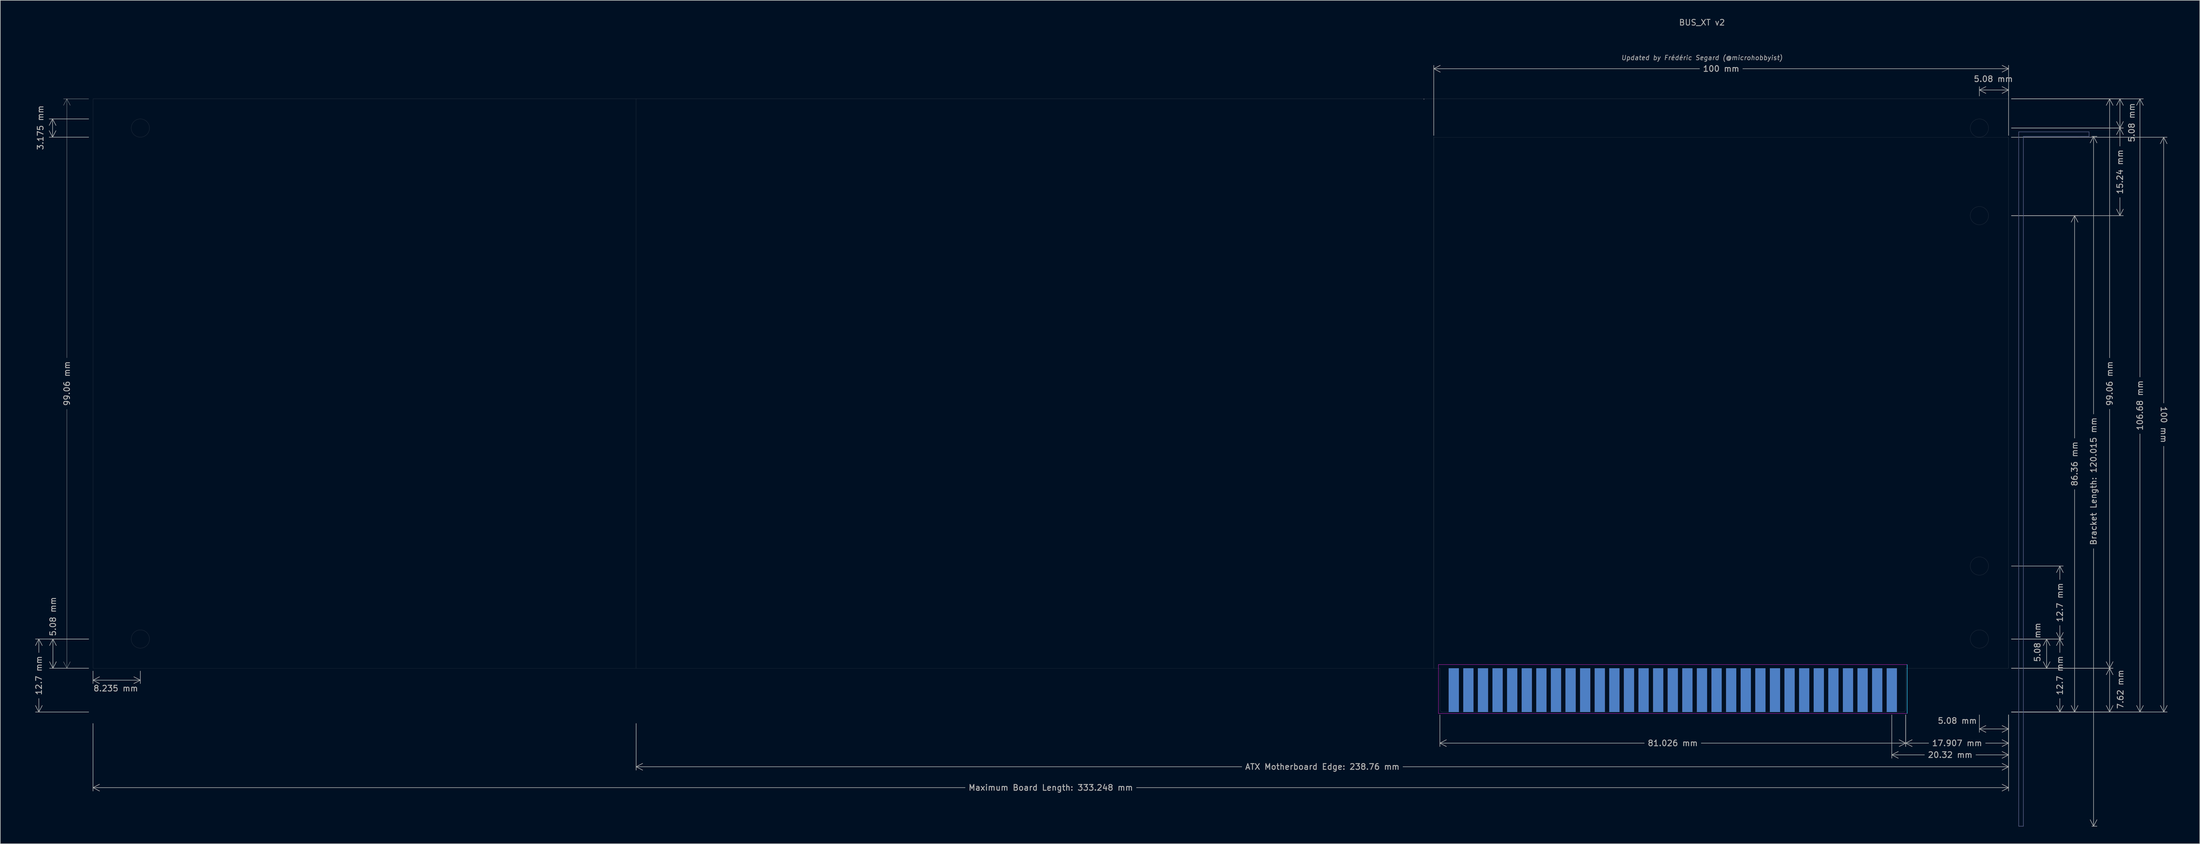
<source format=kicad_pcb>
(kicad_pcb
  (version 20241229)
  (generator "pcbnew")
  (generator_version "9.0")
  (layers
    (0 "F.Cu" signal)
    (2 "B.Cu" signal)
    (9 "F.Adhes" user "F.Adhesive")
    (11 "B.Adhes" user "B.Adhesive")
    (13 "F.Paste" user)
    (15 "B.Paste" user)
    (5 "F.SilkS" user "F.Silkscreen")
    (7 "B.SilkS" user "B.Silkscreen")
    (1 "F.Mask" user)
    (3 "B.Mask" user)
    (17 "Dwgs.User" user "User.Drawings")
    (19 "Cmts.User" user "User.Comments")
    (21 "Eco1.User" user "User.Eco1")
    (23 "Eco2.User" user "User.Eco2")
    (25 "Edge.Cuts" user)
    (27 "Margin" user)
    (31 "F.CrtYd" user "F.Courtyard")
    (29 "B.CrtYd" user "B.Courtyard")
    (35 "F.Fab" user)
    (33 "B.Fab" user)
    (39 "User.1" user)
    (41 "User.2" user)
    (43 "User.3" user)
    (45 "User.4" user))
  (footprint "BUS_XT v2"
    (layer "F.Cu")
    (at 326.058 120.83)
    (property "Reference" "BUS_XT v2" (at -33.02 -119.38 0) (layer "F.Fab") (effects (font (size 1 1) (thickness 0.15)) (justify bottom)))
    (attr exclude_from_pos_files exclude_from_bom)
    (fp_line (start -78.613 -7.62) (end -79.68 -7.62) (stroke (width 0.01) (type default)) (layer "Edge.Cuts"))
    (fp_line (start -78.613 -0.5) (end -78.613 -7.62) (stroke (width 0.01) (type default)) (layer "Edge.Cuts"))
    (fp_line (start 1.913 0) (end -78.113 0) (stroke (width 0.01) (type default)) (layer "Edge.Cuts"))
    (fp_line (start 2.413 -0.5) (end 2.413 -7.62) (stroke (width 0.01) (type default)) (layer "Edge.Cuts"))
    (fp_line (start 20.32 -7.62) (end 2.413 -7.62) (stroke (width 0.01) (type default)) (layer "Edge.Cuts"))
    (fp_line (start 20.32 -7.62) (end 20.32 -100) (stroke (width 0.01) (type default)) (layer "Edge.Cuts"))
    (fp_arc (start -78.113 0) (mid -78.466554 -0.146446) (end -78.613 -0.5) (stroke (width 0.01) (type default)) (layer "Edge.Cuts"))
    (fp_arc (start 2.413 -0.5) (mid 2.266554 -0.146446) (end 1.913 0) (stroke (width 0.01) (type default)) (layer "Edge.Cuts"))
    (fp_rect (start 2.667 -8.255) (end 2.692 0.254) (stroke (width 0.05) (type default)) (fill no) (layer "B.CrtYd"))
    (fp_rect (start -78.867 0.254) (end 2.667 -8.255) (stroke (width 0.05) (type default)) (fill no) (layer "F.CrtYd"))
    (fp_line (start 22.079 -100.941) (end 22.079 19.868) (stroke (width 0.1) (type default)) (layer "B.Fab"))
    (fp_line (start 22.079 19.868) (end 22.892 19.868) (stroke (width 0.1) (type default)) (layer "B.Fab"))
    (fp_line (start 22.892 -100.146) (end 34.322 -100.147) (stroke (width 0.1) (type default)) (layer "B.Fab"))
    (fp_line (start 22.892 19.868) (end 22.892 -100.146) (stroke (width 0.1) (type default)) (layer "B.Fab"))
    (fp_line (start 34.322 -100.941) (end 22.079 -100.941) (stroke (width 0.1) (type default)) (layer "B.Fab"))
    (fp_line (start 34.322 -100.147) (end 34.322 -100.941) (stroke (width 0.1) (type default)) (layer "B.Fab"))
    (fp_line (start -312.928 -7.62) (end -312.928 -106.68) (stroke (width 0.01) (type default)) (layer "F.Fab"))
    (fp_line (start -218.44 -106.68) (end -312.928 -106.68) (stroke (width 0.01) (type default)) (layer "F.Fab"))
    (fp_line (start -218.44 -106.68) (end -79.68 -106.68) (stroke (width 0.01) (type default)) (layer "F.Fab"))
    (fp_line (start -218.44 -7.62) (end -312.928 -7.62) (stroke (width 0.01) (type default)) (layer "F.Fab"))
    (fp_line (start -218.44 -7.62) (end -218.44 -106.68) (stroke (width 0.01) (type default)) (layer "F.Fab"))
    (fp_line (start -81.39 -106.62) (end -81.39 -106.65) (stroke (width 0.1) (type default)) (layer "F.Fab"))
    (fp_line (start -79.68 -106.68) (end 20.32 -106.68) (stroke (width 0.01) (type default)) (layer "F.Fab"))
    (fp_line (start -79.68 -100) (end 20.32 -100) (stroke (width 0.01) (type default)) (layer "F.Fab"))
    (fp_line (start -79.68 -7.62) (end -218.44 -7.62) (stroke (width 0.01) (type default)) (layer "F.Fab"))
    (fp_line (start -79.68 -7.62) (end -79.68 -106.68) (stroke (width 0.01) (type default)) (layer "F.Fab"))
    (fp_line (start -79.68 -7.62) (end -79.68 -100) (stroke (width 0.01) (type default)) (layer "F.Fab"))
    (fp_line (start -78.613 -106.68) (end -78.613 -106.68) (stroke (width 0.01) (type default)) (layer "F.Fab"))
    (fp_rect (start -312.928 -7.62) (end -312.127 0) (stroke (width 0.000025) (type default)) (fill no) (layer "F.Fab"))
    (fp_circle (center -304.692 -101.6) (end -303.104 -101.6) (stroke (width 0.01) (type default)) (fill no) (layer "F.Fab"))
    (fp_circle (center -304.692 -12.7) (end -303.104 -12.7) (stroke (width 0.01) (type default)) (fill no) (layer "F.Fab"))
    (fp_circle (center 15.24 -101.6) (end 16.828 -101.6) (stroke (width 0.01) (type default)) (fill no) (layer "F.Fab"))
    (fp_circle (center 15.24 -86.36) (end 16.828 -86.36) (stroke (width 0.01) (type default)) (fill no) (layer "F.Fab"))
    (fp_circle (center 15.24 -25.4) (end 16.828 -25.4) (stroke (width 0.01) (type default)) (fill no) (layer "F.Fab"))
    (fp_circle (center 15.24 -12.7) (end 16.828 -12.7) (stroke (width 0.01) (type default)) (fill no) (layer "F.Fab"))
    (fp_text user "Updated by Frédéric Segard (@microhobbyist)" (at -33.02 -114.3 0) (layer "F.Fab") (effects (font (size 0.8 0.8) (thickness 0.12) (italic yes)) (justify top)))
    (dimension (type aligned) (layer "F.Fab") (pts (xy 346.378 108.13) (xy 346.378 95.43)) (height 8.918) (format (prefix "") (suffix "") (units 3) (units_format 1) (precision 4) (suppress_zeroes yes)) (style (thickness 0.1) (arrow_length 1.27) (text_position_mode 1) (arrow_direction outward) (extension_height 0.586) (extension_offset 0.5) (keep_text_aligned yes)) (gr_text "12.7 mm" (at 355.296 101.78 90) (layer "F.Fab") (effects (font (size 1 1) (thickness 0.15)))))
    (dimension (type aligned) (layer "F.Fab") (pts (xy 346.378 113.21) (xy 346.378 120.83)) (height -17.579) (format (prefix "") (suffix "") (units 3) (units_format 1) (precision 4) (suppress_zeroes yes)) (style (thickness 0.1) (arrow_length 1.27) (text_position_mode 2) (arrow_direction outward) (extension_height 0.586) (extension_offset 0.5) (keep_text_aligned yes)) (gr_text "7.62 mm" (at 365.835 116.894 90) (layer "F.Fab") (effects (font (size 1 1) (thickness 0.15)))))
    (dimension (type aligned) (layer "F.Fab") (pts (xy 346.378 120.83) (xy 346.378 34.47)) (height 11.483) (format (prefix "") (suffix "") (units 3) (units_format 1) (precision 4) (suppress_zeroes yes)) (style (thickness 0.1) (arrow_length 1.27) (text_position_mode 1) (arrow_direction outward) (extension_height 0.586) (extension_offset 0.5) (keep_text_aligned yes)) (gr_text "86.36 mm" (at 357.862 77.65 90) (layer "F.Fab") (effects (font (size 1 1) (thickness 0.15)))))
    (dimension (type aligned) (layer "F.Fab") (pts (xy 346.378 113.21) (xy 346.378 108.13)) (height 6.62) (format (prefix "") (suffix "") (units 3) (units_format 1) (precision 4) (suppress_zeroes yes)) (style (thickness 0.1) (arrow_length 1.27) (text_position_mode 2) (arrow_direction outward) (extension_height 0.586) (extension_offset 0.5) (keep_text_aligned yes)) (gr_text "5.08 mm" (at 351.399 112.185 90) (layer "F.Fab") (effects (font (size 1 1) (thickness 0.15)) (justify left))))
    (dimension (type aligned) (layer "F.Fab") (pts (xy 346.358 20.83) (xy 346.378 120.83)) (height -27) (format (prefix "") (suffix "") (units 3) (units_format 1) (precision 4) (suppress_zeroes yes)) (style (thickness 0.1) (arrow_length 1.27) (text_position_mode 1) (arrow_direction outward) (extension_height 0.586) (extension_offset 0.5) (keep_text_aligned yes)) (gr_text "100 mm" (at 373.368 70.825 270.011) (layer "F.Fab") (effects (font (size 1 1) (thickness 0.15)))))
    (dimension (type aligned) (layer "F.Fab") (pts (xy 326.058 120.83) (xy 346.378 120.83)) (height 7.453) (format (prefix "") (suffix "") (units 3) (units_format 1) (precision 4) (suppress_zeroes yes)) (style (thickness 0.1) (arrow_length 1.27) (text_position_mode 1) (arrow_direction outward) (extension_height 0.586) (extension_offset 0.5) (keep_text_aligned yes)) (gr_text "20.32 mm" (at 336.218 128.283 0) (layer "F.Fab") (effects (font (size 1 1) (thickness 0.15)))))
    (dimension (type aligned) (layer "F.Fab") (pts (xy 341.298 120.83) (xy 346.378 120.83)) (height 2.942) (format (prefix "") (suffix "") (units 3) (units_format 1) (precision 4) (suppress_zeroes yes)) (style (thickness 0.1) (arrow_length 1.27) (text_position_mode 2) (arrow_direction outward) (extension_height 0.586) (extension_offset 0.5) (keep_text_aligned yes)) (gr_text "5.08 mm" (at 340.939 122.352 0) (layer "F.Fab") (effects (font (size 1 1) (thickness 0.15)) (justify right))))
    (dimension (type aligned) (layer "F.Fab") (pts (xy 346.378 113.21) (xy 346.378 14.15)) (height 17.579) (format (prefix "") (suffix "") (units 3) (units_format 1) (precision 4) (suppress_zeroes yes)) (style (thickness 0.1) (arrow_length 1.27) (text_position_mode 1) (arrow_direction outward) (extension_height 0.586) (extension_offset 0.5) (keep_text_aligned yes)) (gr_text "99.06 mm" (at 363.957 63.68 90) (layer "F.Fab") (effects (font (size 1 1) (thickness 0.15)))))
    (dimension (type aligned) (layer "F.Fab") (pts (xy 12.876 113.21) (xy 12.876 14.15)) (height -4.29) (format (prefix "") (suffix "") (units 3) (units_format 1) (precision 4) (suppress_zeroes yes)) (style (thickness 0.05) (arrow_length 1.27) (text_position_mode 1) (arrow_direction outward) (extension_height 0.586) (extension_offset 0.5) (keep_text_aligned yes)) (gr_text "99.06 mm" (at 8.586 63.68 90) (layer "F.Fab") (effects (font (size 1 1) (thickness 0.15)))))
    (dimension (type aligned) (layer "F.Fab") (pts (xy 346.378 120.83) (xy 346.378 108.13)) (height 8.918) (format (prefix "") (suffix "") (units 3) (units_format 1) (precision 4) (suppress_zeroes yes)) (style (thickness 0.1) (arrow_length 1.27) (text_position_mode 1) (arrow_direction outward) (extension_height 0.586) (extension_offset 0.5) (keep_text_aligned yes)) (gr_text "12.7 mm" (at 355.296 114.48 90) (layer "F.Fab") (effects (font (size 1 1) (thickness 0.15)))))
    (dimension (type aligned) (layer "F.Fab") (pts (xy 346.378 34.47) (xy 346.378 19.23)) (height 19.371) (format (prefix "") (suffix "") (units 3) (units_format 1) (precision 4) (suppress_zeroes yes)) (style (thickness 0.1) (arrow_length 1.27) (text_position_mode 1) (arrow_direction outward) (extension_height 0.586) (extension_offset 0.5) (keep_text_aligned yes)) (gr_text "15.24 mm" (at 365.75 26.85 90) (layer "F.Fab") (effects (font (size 1 1) (thickness 0.15)))))
    (dimension (type aligned) (layer "F.Fab") (pts (xy 21.366 113.21) (xy 13.131 113.21)) (height -2.078) (format (prefix "") (suffix "") (units 3) (units_format 1) (precision 4) (suppress_zeroes yes)) (style (thickness 0.1) (arrow_length 1.27) (text_position_mode 2) (arrow_direction outward) (extension_height 0.586) (extension_offset 0.5) (keep_text_aligned yes)) (gr_text "8.235 mm" (at 17.096 116.722 0) (layer "F.Fab") (effects (font (size 1 1) (thickness 0.15)))))
    (dimension (type aligned) (layer "F.Fab") (pts (xy 346.378 120.83) (xy 346.378 14.15)) (height 22.851) (format (prefix "") (suffix "") (units 3) (units_format 1) (precision 4) (suppress_zeroes yes)) (style (thickness 0.1) (arrow_length 1.27) (text_position_mode 1) (arrow_direction outward) (extension_height 0.586) (extension_offset 0.5) (keep_text_aligned yes)) (gr_text "106.68 mm" (at 369.229 67.49 90) (layer "F.Fab") (effects (font (size 1 1) (thickness 0.15)))))
    (dimension (type aligned) (layer "F.Fab") (pts (xy 12.876 113.21) (xy 12.876 108.13)) (height -6.718) (format (prefix "") (suffix "") (units 3) (units_format 1) (precision 4) (suppress_zeroes yes)) (style (thickness 0.1) (arrow_length 1.27) (text_position_mode 2) (arrow_direction outward) (extension_height 0.586) (extension_offset 0.5) (keep_text_aligned yes)) (gr_text "5.08 mm" (at 6.167 107.701 90) (layer "F.Fab") (effects (font (size 1 1) (thickness 0.15)) (justify left))))
    (dimension (type aligned) (layer "F.Fab") (pts (xy 328.471 120.83) (xy 346.378 120.83)) (height 5.413) (format (prefix "") (suffix "") (units 3) (units_format 1) (precision 4) (suppress_zeroes yes)) (style (thickness 0.1) (arrow_length 1.27) (text_position_mode 1) (arrow_direction outward) (extension_height 0.586) (extension_offset 0.5) (keep_text_aligned yes)) (gr_text "17.907 mm" (at 337.425 126.243 0) (layer "F.Fab") (effects (font (size 1 1) (thickness 0.15)))))
    (dimension (type aligned) (layer "F.Fab") (pts (xy 346.378 120.83) (xy 13.13 120.83)) (height -13.154) (format (prefix "Maximum Board Length: ") (suffix "") (units 3) (units_format 1) (precision 4) (suppress_zeroes yes)) (style (thickness 0.1) (arrow_length 1.27) (text_position_mode 1) (arrow_direction outward) (extension_height 0.586) (extension_offset 2) (keep_text_aligned yes)) (gr_text "Maximum Board Length: 333.248 mm" (at 179.754 133.984 0) (layer "F.Fab") (effects (font (size 1 1) (thickness 0.15)))))
    (dimension (type aligned) (layer "F.Fab") (pts (xy 246.378 21.01) (xy 346.378 21.008)) (height -12.102) (format (prefix "") (suffix "") (units 3) (units_format 1) (precision 4) (suppress_zeroes yes)) (style (thickness 0.1) (arrow_length 1.27) (text_position_mode 1) (arrow_direction outward) (extension_height 0.586) (extension_offset 0.5) (keep_text_aligned yes)) (gr_text "100 mm" (at 296.378 8.907 0.001) (layer "F.Fab") (effects (font (size 1 1) (thickness 0.15)))))
    (dimension (type aligned) (layer "F.Fab") (pts (xy 346.378 120.83) (xy 107.618 120.83)) (height -9.522) (format (prefix "ATX Motherboard Edge: ") (suffix "") (units 3) (units_format 1) (precision 4) (suppress_zeroes yes)) (style (thickness 0.1) (arrow_length 1.27) (text_position_mode 1) (arrow_direction outward) (extension_height 0.586) (extension_offset 2) (keep_text_aligned yes)) (gr_text "ATX Motherboard Edge: 238.76 mm" (at 226.998 130.352 0) (layer "F.Fab") (effects (font (size 1 1) (thickness 0.15)))))
    (dimension (type aligned) (layer "F.Fab") (pts (xy 12.876 17.642) (xy 12.876 20.817)) (height 6.778) (format (prefix "") (suffix "") (units 3) (units_format 1) (precision 4) (suppress_zeroes yes)) (style (thickness 0.1) (arrow_length 1.27) (text_position_mode 2) (arrow_direction outward) (extension_height 0.586) (extension_offset 0.5) (keep_text_aligned yes)) (gr_text "3.175 mm" (at 3.982 19.169 90) (layer "F.Fab") (effects (font (size 1 1) (thickness 0.15)))))
    (dimension (type aligned) (layer "F.Fab") (pts (xy 12.876 120.83) (xy 12.876 108.13)) (height -9.168) (format (prefix "") (suffix "") (units 3) (units_format 1) (precision 4) (suppress_zeroes yes)) (style (thickness 0.1) (arrow_length 1.27) (text_position_mode 1) (arrow_direction outward) (extension_height 0.586) (extension_offset 0.5) (keep_text_aligned yes)) (gr_text "12.7 mm" (at 3.708 114.48 90) (layer "F.Fab") (effects (font (size 1 1) (thickness 0.15)))))
    (dimension (type aligned) (layer "F.Fab") (pts (xy 346.378 14.15) (xy 341.298 14.15)) (height 1.541) (format (prefix "") (suffix "") (units 3) (units_format 1) (precision 4) (suppress_zeroes yes)) (style (thickness 0.1) (arrow_length 1.27) (text_position_mode 2) (arrow_direction outward) (extension_height 0.586) (extension_offset 0.5) (keep_text_aligned yes)) (gr_text "5.08 mm" (at 343.726 10.69 0) (layer "F.Fab") (effects (font (size 1 1) (thickness 0.15)))))
    (dimension (type aligned) (layer "F.Fab") (pts (xy 346.378 19.23) (xy 346.378 14.15)) (height 19.372) (format (prefix "") (suffix "") (units 3) (units_format 1) (precision 4) (suppress_zeroes yes)) (style (thickness 0.1) (arrow_length 1.27) (text_position_mode 2) (arrow_direction outward) (extension_height 0.586) (extension_offset 0.5) (keep_text_aligned yes)) (gr_text "5.08 mm" (at 367.792 14.809 90) (layer "F.Fab") (effects (font (size 1 1) (thickness 0.15)) (justify right))))
    (dimension (type aligned) (layer "F.Fab") (pts (xy 360.38 20.683) (xy 360.38 140.698)) (height -0.781) (format (prefix "Bracket Length: ") (suffix "") (units 3) (units_format 1) (precision 4) (suppress_zeroes yes)) (style (thickness 0.1) (arrow_length 1.27) (text_position_mode 1) (arrow_direction outward) (extension_height 0.586) (extension_offset 0.5)) (gr_text "Bracket Length: 120.015 mm" (at 361.161 80.691 90) (layer "F.Fab") (effects (font (size 1 1) (thickness 0.15)))))
    (dimension (type aligned) (layer "F.Fab") (pts (xy 247.445 120.83) (xy 328.471 120.83)) (height 5.413) (format (prefix "") (suffix "") (units 3) (units_format 1) (precision 4) (suppress_zeroes yes)) (style (thickness 0.1) (arrow_length 1.27) (text_position_mode 1) (arrow_direction outward) (extension_height 0.586) (extension_offset 0.5) (keep_text_aligned yes)) (gr_text "81.026 mm" (at 287.958 126.243 0) (layer "F.Fab") (effects (font (size 1 1) (thickness 0.15)))))
    (pad "1" connect rect (at 0 -3.81) (size 1.78 7.62) (layers "B.Cu" "B.Mask"))
    (pad "2" connect rect (at -2.54 -3.81) (size 1.78 7.62) (layers "B.Cu" "B.Mask"))
    (pad "3" connect rect (at -5.08 -3.81) (size 1.78 7.62) (layers "B.Cu" "B.Mask"))
    (pad "4" connect rect (at -7.62 -3.81) (size 1.78 7.62) (layers "B.Cu" "B.Mask"))
    (pad "5" connect rect (at -10.16 -3.81) (size 1.78 7.62) (layers "B.Cu" "B.Mask"))
    (pad "6" connect rect (at -12.7 -3.81) (size 1.78 7.62) (layers "B.Cu" "B.Mask"))
    (pad "7" connect rect (at -15.24 -3.81) (size 1.78 7.62) (layers "B.Cu" "B.Mask"))
    (pad "8" connect rect (at -17.78 -3.81) (size 1.78 7.62) (layers "B.Cu" "B.Mask"))
    (pad "9" connect rect (at -20.32 -3.81) (size 1.78 7.62) (layers "B.Cu" "B.Mask"))
    (pad "10" connect rect (at -22.86 -3.81) (size 1.78 7.62) (layers "B.Cu" "B.Mask"))
    (pad "11" connect rect (at -25.4 -3.81) (size 1.78 7.62) (layers "B.Cu" "B.Mask"))
    (pad "12" connect rect (at -27.94 -3.81) (size 1.78 7.62) (layers "B.Cu" "B.Mask"))
    (pad "13" connect rect (at -30.48 -3.81) (size 1.78 7.62) (layers "B.Cu" "B.Mask"))
    (pad "14" connect rect (at -33.02 -3.81) (size 1.78 7.62) (layers "B.Cu" "B.Mask"))
    (pad "15" connect rect (at -35.56 -3.81) (size 1.78 7.62) (layers "B.Cu" "B.Mask"))
    (pad "16" connect rect (at -38.1 -3.81) (size 1.78 7.62) (layers "B.Cu" "B.Mask"))
    (pad "17" connect rect (at -40.64 -3.81) (size 1.78 7.62) (layers "B.Cu" "B.Mask"))
    (pad "18" connect rect (at -43.18 -3.81) (size 1.78 7.62) (layers "B.Cu" "B.Mask"))
    (pad "19" connect rect (at -45.72 -3.81) (size 1.78 7.62) (layers "B.Cu" "B.Mask"))
    (pad "20" connect rect (at -48.26 -3.81) (size 1.78 7.62) (layers "B.Cu" "B.Mask"))
    (pad "21" connect rect (at -50.8 -3.81) (size 1.78 7.62) (layers "B.Cu" "B.Mask"))
    (pad "22" connect rect (at -53.34 -3.81) (size 1.78 7.62) (layers "B.Cu" "B.Mask"))
    (pad "23" connect rect (at -55.88 -3.81) (size 1.78 7.62) (layers "B.Cu" "B.Mask"))
    (pad "24" connect rect (at -58.42 -3.81) (size 1.78 7.62) (layers "B.Cu" "B.Mask"))
    (pad "25" connect rect (at -60.96 -3.81) (size 1.78 7.62) (layers "B.Cu" "B.Mask"))
    (pad "26" connect rect (at -63.5 -3.81) (size 1.78 7.62) (layers "B.Cu" "B.Mask"))
    (pad "27" connect rect (at -66.04 -3.81) (size 1.78 7.62) (layers "B.Cu" "B.Mask"))
    (pad "28" connect rect (at -68.58 -3.81) (size 1.78 7.62) (layers "B.Cu" "B.Mask"))
    (pad "29" connect rect (at -71.12 -3.81) (size 1.78 7.62) (layers "B.Cu" "B.Mask"))
    (pad "30" connect rect (at -73.66 -3.81) (size 1.78 7.62) (layers "B.Cu" "B.Mask"))
    (pad "31" connect rect (at -76.2 -3.81) (size 1.78 7.62) (layers "B.Cu" "B.Mask"))
    (pad "32" connect rect (at 0 -3.81) (size 1.78 7.62) (layers "F.Cu" "F.Mask"))
    (pad "33" connect rect (at -2.54 -3.81) (size 1.78 7.62) (layers "F.Cu" "F.Mask"))
    (pad "34" connect rect (at -5.08 -3.81) (size 1.78 7.62) (layers "F.Cu" "F.Mask"))
    (pad "35" connect rect (at -7.62 -3.81) (size 1.78 7.62) (layers "F.Cu" "F.Mask"))
    (pad "36" connect rect (at -10.16 -3.81) (size 1.78 7.62) (layers "F.Cu" "F.Mask"))
    (pad "37" connect rect (at -12.7 -3.81) (size 1.78 7.62) (layers "F.Cu" "F.Mask"))
    (pad "38" connect rect (at -15.24 -3.81) (size 1.78 7.62) (layers "F.Cu" "F.Mask"))
    (pad "39" connect rect (at -17.78 -3.81) (size 1.78 7.62) (layers "F.Cu" "F.Mask"))
    (pad "40" connect rect (at -20.32 -3.81) (size 1.78 7.62) (layers "F.Cu" "F.Mask"))
    (pad "41" connect rect (at -22.86 -3.81) (size 1.78 7.62) (layers "F.Cu" "F.Mask"))
    (pad "42" connect rect (at -25.4 -3.81) (size 1.78 7.62) (layers "F.Cu" "F.Mask"))
    (pad "43" connect rect (at -27.94 -3.81) (size 1.78 7.62) (layers "F.Cu" "F.Mask"))
    (pad "44" connect rect (at -30.48 -3.81) (size 1.78 7.62) (layers "F.Cu" "F.Mask"))
    (pad "45" connect rect (at -33.02 -3.81) (size 1.78 7.62) (layers "F.Cu" "F.Mask"))
    (pad "46" connect rect (at -35.56 -3.81) (size 1.78 7.62) (layers "F.Cu" "F.Mask"))
    (pad "47" connect rect (at -38.1 -3.81) (size 1.78 7.62) (layers "F.Cu" "F.Mask"))
    (pad "48" connect rect (at -40.64 -3.81) (size 1.78 7.62) (layers "F.Cu" "F.Mask"))
    (pad "49" connect rect (at -43.18 -3.81) (size 1.78 7.62) (layers "F.Cu" "F.Mask"))
    (pad "50" connect rect (at -45.72 -3.81) (size 1.78 7.62) (layers "F.Cu" "F.Mask"))
    (pad "51" connect rect (at -48.26 -3.81) (size 1.78 7.62) (layers "F.Cu" "F.Mask"))
    (pad "52" connect rect (at -50.8 -3.81) (size 1.78 7.62) (layers "F.Cu" "F.Mask"))
    (pad "53" connect rect (at -53.34 -3.81) (size 1.78 7.62) (layers "F.Cu" "F.Mask"))
    (pad "54" connect rect (at -55.88 -3.81) (size 1.78 7.62) (layers "F.Cu" "F.Mask"))
    (pad "55" connect rect (at -58.42 -3.81) (size 1.78 7.62) (layers "F.Cu" "F.Mask"))
    (pad "56" connect rect (at -60.96 -3.81) (size 1.78 7.62) (layers "F.Cu" "F.Mask"))
    (pad "57" connect rect (at -63.5 -3.81) (size 1.78 7.62) (layers "F.Cu" "F.Mask"))
    (pad "58" connect rect (at -66.04 -3.81) (size 1.78 7.62) (layers "F.Cu" "F.Mask"))
    (pad "59" connect rect (at -68.58 -3.81) (size 1.78 7.62) (layers "F.Cu" "F.Mask"))
    (pad "60" connect rect (at -71.12 -3.81) (size 1.78 7.62) (layers "F.Cu" "F.Mask"))
    (pad "61" connect rect (at -73.66 -3.81) (size 1.78 7.62) (layers "F.Cu" "F.Mask"))
    (pad "62" connect rect (at -76.2 -3.81) (size 1.78 7.62) (layers "F.Cu" "F.Mask")))
  (gr_rect
    (start -3 -3)
    (end 379.636 143.748)
    (stroke (width 0.1) (type default))
    (fill no)
    (layer "Edge.Cuts")))
</source>
